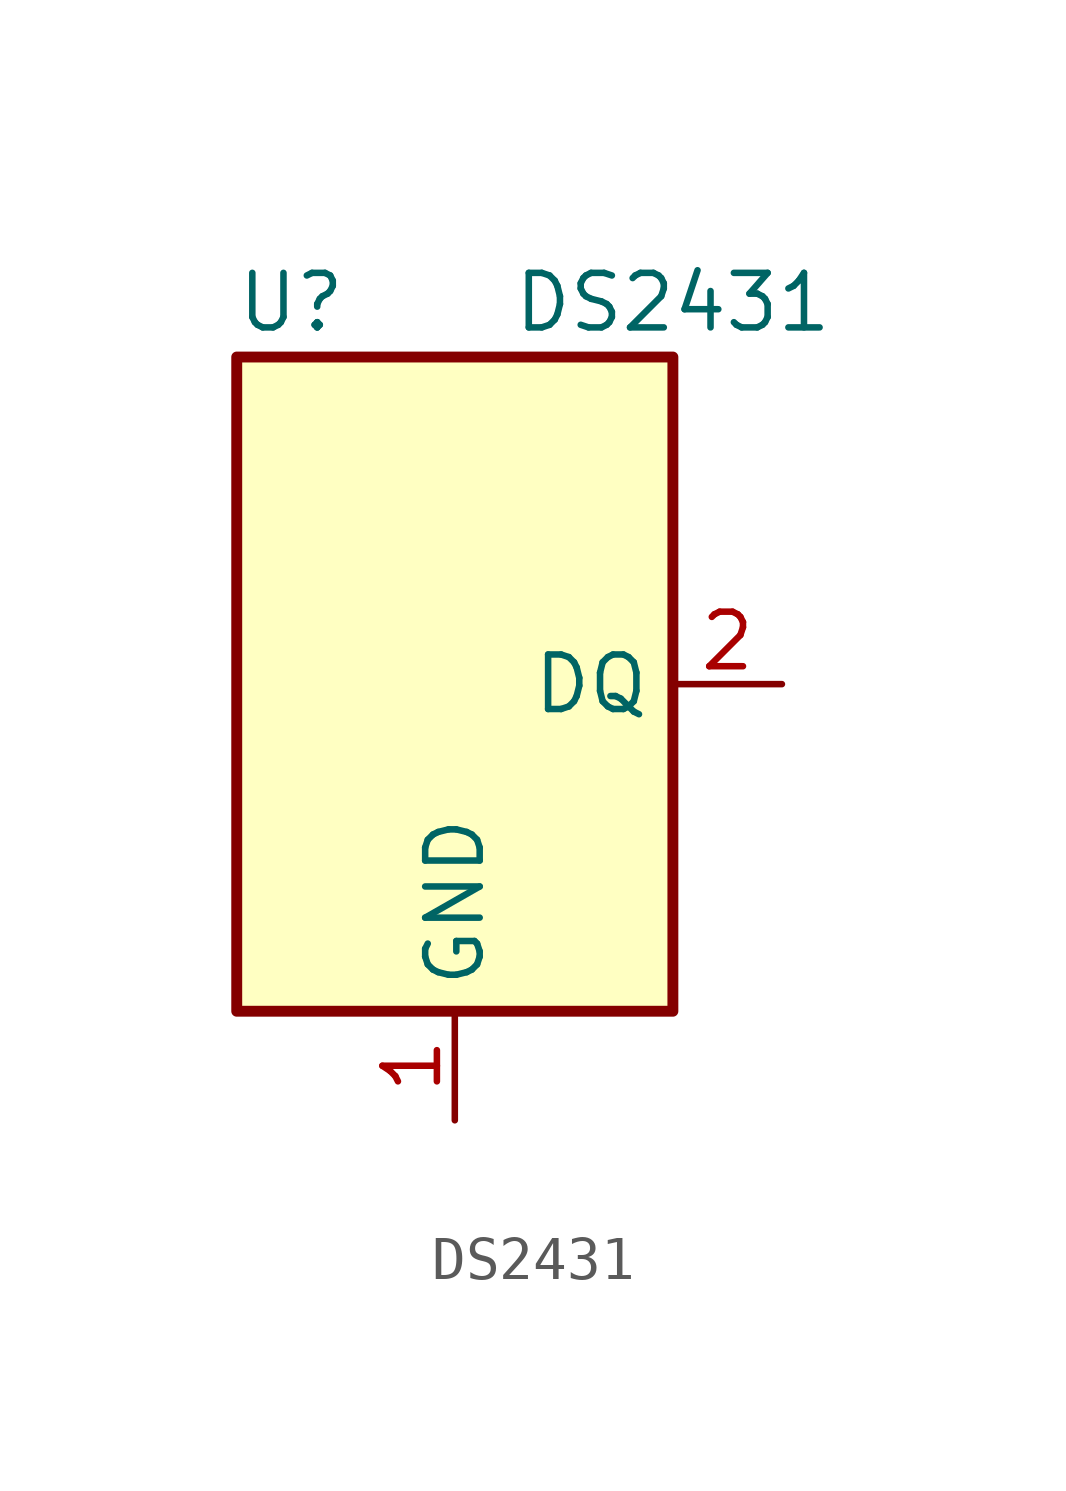
<source format=kicad_sym>
(kicad_symbol_lib
  (version 20201005)
  (generator kicad_symbol_editor)
  (symbol "index:DS2431"
    (property "Reference" "U"
      (at -3.81 8.89 0)
      (effects (font (size 1.27 1.27))))
    (property "Value" "DS2431"
      (at 5.08 8.89 0)
      (effects (font (size 1.27 1.27))))
    (symbol "DS2431_0_1"
      (rectangle (start 5.08 -7.62) (end -5.08 7.62) (stroke (width 0.254)) (fill (type background))))
    (symbol "DS2431_1_1"
      (pin power_in line (at 0 -10.16 90) (length 2.54) (name "GND" (effects (font (size 1.27 1.27)))) (number "1" (effects (font (size 1.27 1.27)))))
      (pin bidirectional line (at 7.62 0 180) (length 2.54) (name "DQ" (effects (font (size 1.27 1.27)))) (number "2" (effects (font (size 1.27 1.27)))))
      (pin unconnected line (at -5.08 5.08 0) (length 2.54) hide (name "NC" (effects (font (size 1.27 1.27)))) (number "3" (effects (font (size 1.27 1.27)))))
      (pin unconnected line (at -5.08 2.54 0) (length 2.54) hide (name "NC" (effects (font (size 1.27 1.27)))) (number "4" (effects (font (size 1.27 1.27)))))
      (pin unconnected line (at -5.08 -2.54 0) (length 2.54) hide (name "NC" (effects (font (size 1.27 1.27)))) (number "5" (effects (font (size 1.27 1.27)))))
      (pin unconnected line (at -5.08 -5.08 0) (length 2.54) hide (name "NC" (effects (font (size 1.27 1.27)))) (number "6" (effects (font (size 1.27 1.27))))))))
</source>
